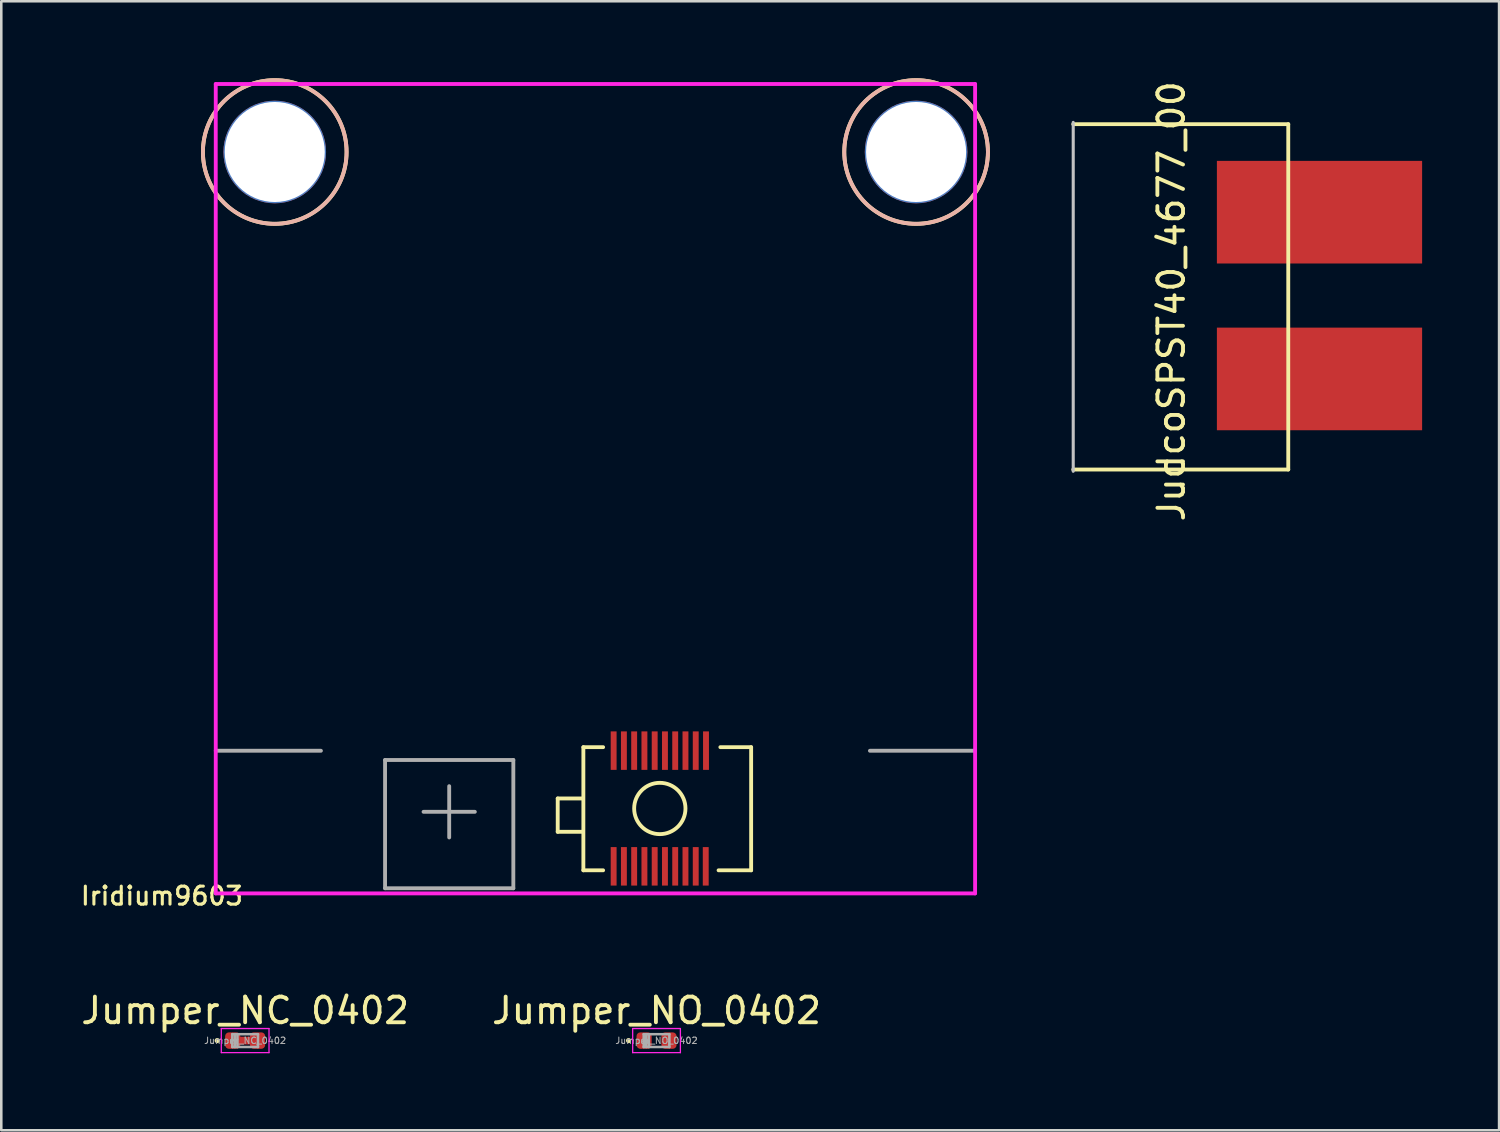
<source format=kicad_pcb>
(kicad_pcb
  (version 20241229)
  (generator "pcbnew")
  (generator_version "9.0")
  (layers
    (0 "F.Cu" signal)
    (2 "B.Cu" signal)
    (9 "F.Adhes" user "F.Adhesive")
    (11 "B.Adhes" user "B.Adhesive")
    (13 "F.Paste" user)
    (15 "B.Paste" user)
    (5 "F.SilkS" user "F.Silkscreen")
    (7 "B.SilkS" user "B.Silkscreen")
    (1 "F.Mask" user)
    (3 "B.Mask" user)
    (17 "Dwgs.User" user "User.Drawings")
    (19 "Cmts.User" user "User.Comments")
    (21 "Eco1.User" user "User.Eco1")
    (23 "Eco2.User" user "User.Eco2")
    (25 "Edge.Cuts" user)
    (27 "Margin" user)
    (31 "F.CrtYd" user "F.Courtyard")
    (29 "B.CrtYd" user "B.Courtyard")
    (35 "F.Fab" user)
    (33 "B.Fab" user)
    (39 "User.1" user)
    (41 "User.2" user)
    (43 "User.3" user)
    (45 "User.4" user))
  (footprint "Jumper_NC_0402"
    (layer "F.Cu")
    (at 6.506 37.513)
    (property "Reference" "Jumper_NC_0402" (at 0 -1.17 0) (layer "F.SilkS") (effects (font (size 1 1) (thickness 0.15))))
    (attr smd)
    (fp_poly (pts (xy -0.2 -0.1) (xy 0.2 -0.1) (xy 0.2 0.1) (xy -0.2 0.1)) (stroke (width 0.1) (type solid)) (fill yes) (layer "F.Cu"))
    (fp_poly (pts (xy -0.6 -0.3) (xy 0.6 -0.3) (xy 0.6 0.3) (xy -0.6 0.3)) (stroke (width 0.05) (type solid)) (fill yes) (layer "F.Mask"))
    (fp_circle (center -1.09 0) (end -1.04 0) (stroke (width 0.1) (type solid)) (fill no) (layer "F.SilkS"))
    (fp_line (start -0.93 -0.47) (end 0.93 -0.47) (stroke (width 0.05) (type solid)) (layer "F.CrtYd"))
    (fp_line (start -0.93 0.47) (end -0.93 -0.47) (stroke (width 0.05) (type solid)) (layer "F.CrtYd"))
    (fp_line (start 0.93 -0.47) (end 0.93 0.47) (stroke (width 0.05) (type solid)) (layer "F.CrtYd"))
    (fp_line (start 0.93 0.47) (end -0.93 0.47) (stroke (width 0.05) (type solid)) (layer "F.CrtYd"))
    (fp_line (start -0.5 -0.25) (end 0.5 -0.25) (stroke (width 0.1) (type solid)) (layer "F.Fab"))
    (fp_line (start -0.5 0.25) (end -0.5 -0.25) (stroke (width 0.1) (type solid)) (layer "F.Fab"))
    (fp_line (start -0.4 0.25) (end -0.4 -0.25) (stroke (width 0.1) (type solid)) (layer "F.Fab"))
    (fp_line (start -0.3 0.25) (end -0.3 -0.25) (stroke (width 0.1) (type solid)) (layer "F.Fab"))
    (fp_line (start 0.5 -0.25) (end 0.5 0.25) (stroke (width 0.1) (type solid)) (layer "F.Fab"))
    (fp_line (start 0.5 0.25) (end -0.5 0.25) (stroke (width 0.1) (type solid)) (layer "F.Fab"))
    (fp_text user "${REFERENCE}" (at 0 0 0) (layer "F.Fab") (effects (font (size 0.25 0.25) (thickness 0.04))))
    (pad "1" smd roundrect (at -0.485 0) (size 0.59 0.64) (layers "F.Cu" "F.Mask" "F.Paste") (roundrect_rratio 0.25))
    (pad "2" smd roundrect (at 0.485 0) (size 0.59 0.64) (layers "F.Cu" "F.Mask" "F.Paste") (roundrect_rratio 0.25)))
  (footprint "JudcoSPST40_4677_00"
    (layer "F.Cu")
    (at 38.785 8.521)
    (property "Reference" "JudcoSPST40_4677_00" (at 3.825 0.175 90) (layer "F.SilkS") (effects (font (size 1 1) (thickness 0.15))))
    (attr through_hole)
    (fp_line (start 0 -6.731) (end 8.382 -6.731) (stroke (width 0.15) (type solid)) (layer "F.SilkS"))
    (fp_line (start 0 6.731) (end 8.382 6.731) (stroke (width 0.15) (type solid)) (layer "F.SilkS"))
    (fp_line (start 8.382 -6.731) (end 8.382 6.731) (stroke (width 0.15) (type solid)) (layer "F.SilkS"))
    (fp_line (start 0 -6.8) (end 0 6.8) (stroke (width 0.12) (type solid)) (layer "Dwgs.User"))
    (pad "1" smd rect (at 9.6 -3.3) (size 8 4) (layers "F.Cu" "F.Mask" "F.Paste"))
    (pad "2" smd rect (at 9.6 3.2) (size 8 4) (layers "F.Cu" "F.Mask" "F.Paste")))
  (footprint "Jumper_NO_0402"
    (layer "F.Cu")
    (at 22.542 37.513)
    (property "Reference" "Jumper_NO_0402" (at 0 -1.17 0) (layer "F.SilkS") (effects (font (size 1 1) (thickness 0.15))))
    (attr smd)
    (fp_poly (pts (xy -0.6 -0.3) (xy 0.6 -0.3) (xy 0.6 0.3) (xy -0.6 0.3)) (stroke (width 0.05) (type solid)) (fill yes) (layer "F.Mask"))
    (fp_circle (center -1.09 0) (end -1.04 0) (stroke (width 0.1) (type solid)) (fill no) (layer "F.SilkS"))
    (fp_line (start -0.93 -0.47) (end 0.93 -0.47) (stroke (width 0.05) (type solid)) (layer "F.CrtYd"))
    (fp_line (start -0.93 0.47) (end -0.93 -0.47) (stroke (width 0.05) (type solid)) (layer "F.CrtYd"))
    (fp_line (start 0.93 -0.47) (end 0.93 0.47) (stroke (width 0.05) (type solid)) (layer "F.CrtYd"))
    (fp_line (start 0.93 0.47) (end -0.93 0.47) (stroke (width 0.05) (type solid)) (layer "F.CrtYd"))
    (fp_line (start -0.5 -0.25) (end 0.5 -0.25) (stroke (width 0.1) (type solid)) (layer "F.Fab"))
    (fp_line (start -0.5 0.25) (end -0.5 -0.25) (stroke (width 0.1) (type solid)) (layer "F.Fab"))
    (fp_line (start -0.4 0.25) (end -0.4 -0.25) (stroke (width 0.1) (type solid)) (layer "F.Fab"))
    (fp_line (start -0.3 0.25) (end -0.3 -0.25) (stroke (width 0.1) (type solid)) (layer "F.Fab"))
    (fp_line (start 0.5 -0.25) (end 0.5 0.25) (stroke (width 0.1) (type solid)) (layer "F.Fab"))
    (fp_line (start 0.5 0.25) (end -0.5 0.25) (stroke (width 0.1) (type solid)) (layer "F.Fab"))
    (fp_text user "${REFERENCE}" (at 0 0 0) (layer "F.Fab") (effects (font (size 0.25 0.25) (thickness 0.04))))
    (pad "1" smd roundrect (at -0.485 0) (size 0.59 0.64) (layers "F.Cu" "F.Mask" "F.Paste") (roundrect_rratio 0.25))
    (pad "2" smd roundrect (at 0.485 0) (size 0.59 0.64) (layers "F.Cu" "F.Mask" "F.Paste") (roundrect_rratio 0.25)))
  (footprint "Iridium9603"
    (layer "F.Cu")
    (at 22.66 28.475)
    (property "Reference" "Iridium9603" (at -19.4 3.4 180) (layer "F.SilkS") (effects (font (size 0.7 0.7) (thickness 0.12))))
    (attr smd)
    (fp_line (start -3.97 -0.4) (end -3.97 0.9) (stroke (width 0.15) (type solid)) (layer "F.SilkS"))
    (fp_line (start -3.97 -0.4) (end -3 -0.4) (stroke (width 0.15) (type solid)) (layer "F.SilkS"))
    (fp_line (start -3.97 0.9) (end -3 0.9) (stroke (width 0.15) (type solid)) (layer "F.SilkS"))
    (fp_line (start -2.97 -2.4) (end -2.97 2.4) (stroke (width 0.15) (type solid)) (layer "F.SilkS"))
    (fp_line (start -2.97 2.4) (end -2.2 2.4) (stroke (width 0.15) (type solid)) (layer "F.SilkS"))
    (fp_line (start -2.2 -2.4) (end -2.97 -2.4) (stroke (width 0.15) (type solid)) (layer "F.SilkS"))
    (fp_line (start 2.37 -2.4) (end 3.57 -2.4) (stroke (width 0.15) (type solid)) (layer "F.SilkS"))
    (fp_line (start 3.57 -2.4) (end 3.57 2.4) (stroke (width 0.15) (type solid)) (layer "F.SilkS"))
    (fp_line (start 3.57 2.4) (end 2.3 2.4) (stroke (width 0.15) (type solid)) (layer "F.SilkS"))
    (fp_circle (center -15 -25.6) (end -12.2 -25.6) (stroke (width 0.15) (type solid)) (fill no) (layer "F.SilkS"))
    (fp_circle (center 0.01 -0.01) (end 1.01 -0.01) (stroke (width 0.15) (type solid)) (fill no) (layer "F.SilkS"))
    (fp_circle (center 10 -25.6) (end 12.8 -25.6) (stroke (width 0.15) (type solid)) (fill no) (layer "F.SilkS"))
    (fp_circle (center -15 -25.6) (end -12.2 -25.6) (stroke (width 0.15) (type solid)) (fill no) (layer "B.SilkS"))
    (fp_circle (center 10 -25.6) (end 12.8 -25.6) (stroke (width 0.15) (type solid)) (fill no) (layer "B.SilkS"))
    (fp_line (start -17.3 -28.25) (end -17.3 3.3) (stroke (width 0.15) (type solid)) (layer "F.CrtYd"))
    (fp_line (start -17.3 -28.25) (end 12.3 -28.25) (stroke (width 0.15) (type solid)) (layer "F.CrtYd"))
    (fp_line (start -17.3 3.3) (end 12.3 3.3) (stroke (width 0.15) (type solid)) (layer "F.CrtYd"))
    (fp_line (start 12.3 3.3) (end 12.3 -28.25) (stroke (width 0.15) (type solid)) (layer "F.CrtYd"))
    (fp_line (start -17.3 -2.26) (end -13.2 -2.26) (stroke (width 0.15) (type solid)) (layer "F.Fab"))
    (fp_line (start -10.7 -1.9) (end -5.7 -1.9) (stroke (width 0.15) (type solid)) (layer "F.Fab"))
    (fp_line (start -10.7 3.1) (end -10.7 -1.9) (stroke (width 0.15) (type solid)) (layer "F.Fab"))
    (fp_line (start -10.7 3.1) (end -5.7 3.1) (stroke (width 0.15) (type solid)) (layer "F.Fab"))
    (fp_line (start -9.2 0.12) (end -7.2 0.12) (stroke (width 0.15) (type solid)) (layer "F.Fab"))
    (fp_line (start -8.2 1.12) (end -8.2 -0.88) (stroke (width 0.15) (type solid)) (layer "F.Fab"))
    (fp_line (start -5.7 3.1) (end -5.7 -1.9) (stroke (width 0.15) (type solid)) (layer "F.Fab"))
    (fp_line (start 12.3 -2.26) (end 8.2 -2.26) (stroke (width 0.15) (type solid)) (layer "F.Fab"))
    (pad "" np_thru_hole circle (at -15 -25.6) (size 4 4) (drill 3.9) (layers "*.Cu" "*.Paste" "*.Mask"))
    (pad "" np_thru_hole circle (at 10 -25.6) (size 4 4) (drill 3.9) (layers "*.Cu" "*.Paste" "*.Mask"))
    (pad "1" smd rect (at -1.79 1.8 180) (size 0.23 1.5) (drill (offset 0 -0.445)) (layers "F.Cu" "F.Mask" "F.Paste"))
    (pad "2" smd rect (at -1.79 -1.82) (size 0.23 1.5) (drill (offset 0 -0.445)) (layers "F.Cu" "F.Mask" "F.Paste"))
    (pad "3" smd rect (at -1.39 1.8 180) (size 0.23 1.5) (drill (offset 0 -0.445)) (layers "F.Cu" "F.Mask" "F.Paste"))
    (pad "4" smd rect (at -1.39 -1.82) (size 0.23 1.5) (drill (offset 0 -0.445)) (layers "F.Cu" "F.Mask" "F.Paste"))
    (pad "5" smd rect (at -0.99 1.8 180) (size 0.23 1.5) (drill (offset 0 -0.445)) (layers "F.Cu" "F.Mask" "F.Paste"))
    (pad "6" smd rect (at -0.99 -1.82) (size 0.23 1.5) (drill (offset 0 -0.445)) (layers "F.Cu" "F.Mask" "F.Paste"))
    (pad "7" smd rect (at -0.59 1.8 180) (size 0.23 1.5) (drill (offset 0 -0.445)) (layers "F.Cu" "F.Mask" "F.Paste"))
    (pad "8" smd rect (at -0.59 -1.82) (size 0.23 1.5) (drill (offset 0 -0.445)) (layers "F.Cu" "F.Mask" "F.Paste"))
    (pad "9" smd rect (at -0.19 1.8 180) (size 0.23 1.5) (drill (offset 0 -0.445)) (layers "F.Cu" "F.Mask" "F.Paste"))
    (pad "10" smd rect (at -0.19 -1.82) (size 0.23 1.5) (drill (offset 0 -0.445)) (layers "F.Cu" "F.Mask" "F.Paste"))
    (pad "11" smd rect (at 0.21 1.8 180) (size 0.23 1.5) (drill (offset 0 -0.445)) (layers "F.Cu" "F.Mask" "F.Paste"))
    (pad "12" smd rect (at 0.21 -1.82) (size 0.23 1.5) (drill (offset 0 -0.445)) (layers "F.Cu" "F.Mask" "F.Paste"))
    (pad "13" smd rect (at 0.61 1.8 180) (size 0.23 1.5) (drill (offset 0 -0.445)) (layers "F.Cu" "F.Mask" "F.Paste"))
    (pad "14" smd rect (at 0.61 -1.82) (size 0.23 1.5) (drill (offset 0 -0.445)) (layers "F.Cu" "F.Mask" "F.Paste"))
    (pad "15" smd rect (at 1.01 1.8 180) (size 0.23 1.5) (drill (offset 0 -0.445)) (layers "F.Cu" "F.Mask" "F.Paste"))
    (pad "16" smd rect (at 1.01 -1.82) (size 0.23 1.5) (drill (offset 0 -0.445)) (layers "F.Cu" "F.Mask" "F.Paste"))
    (pad "17" smd rect (at 1.41 1.8 180) (size 0.23 1.5) (drill (offset 0 -0.445)) (layers "F.Cu" "F.Mask" "F.Paste"))
    (pad "18" smd rect (at 1.41 -1.82) (size 0.23 1.5) (drill (offset 0 -0.445)) (layers "F.Cu" "F.Mask" "F.Paste"))
    (pad "19" smd rect (at 1.8 1.8 180) (size 0.23 1.5) (drill (offset 0 -0.445)) (layers "F.Cu" "F.Mask" "F.Paste"))
    (pad "20" smd rect (at 1.81 -1.82) (size 0.23 1.5) (drill (offset 0 -0.445)) (layers "F.Cu" "F.Mask" "F.Paste")))
  (gr_rect
    (start -3 -3)
    (end 55.385 41.008)
    (stroke (width 0.1) (type default))
    (fill no)
    (layer "Edge.Cuts")))
</source>
